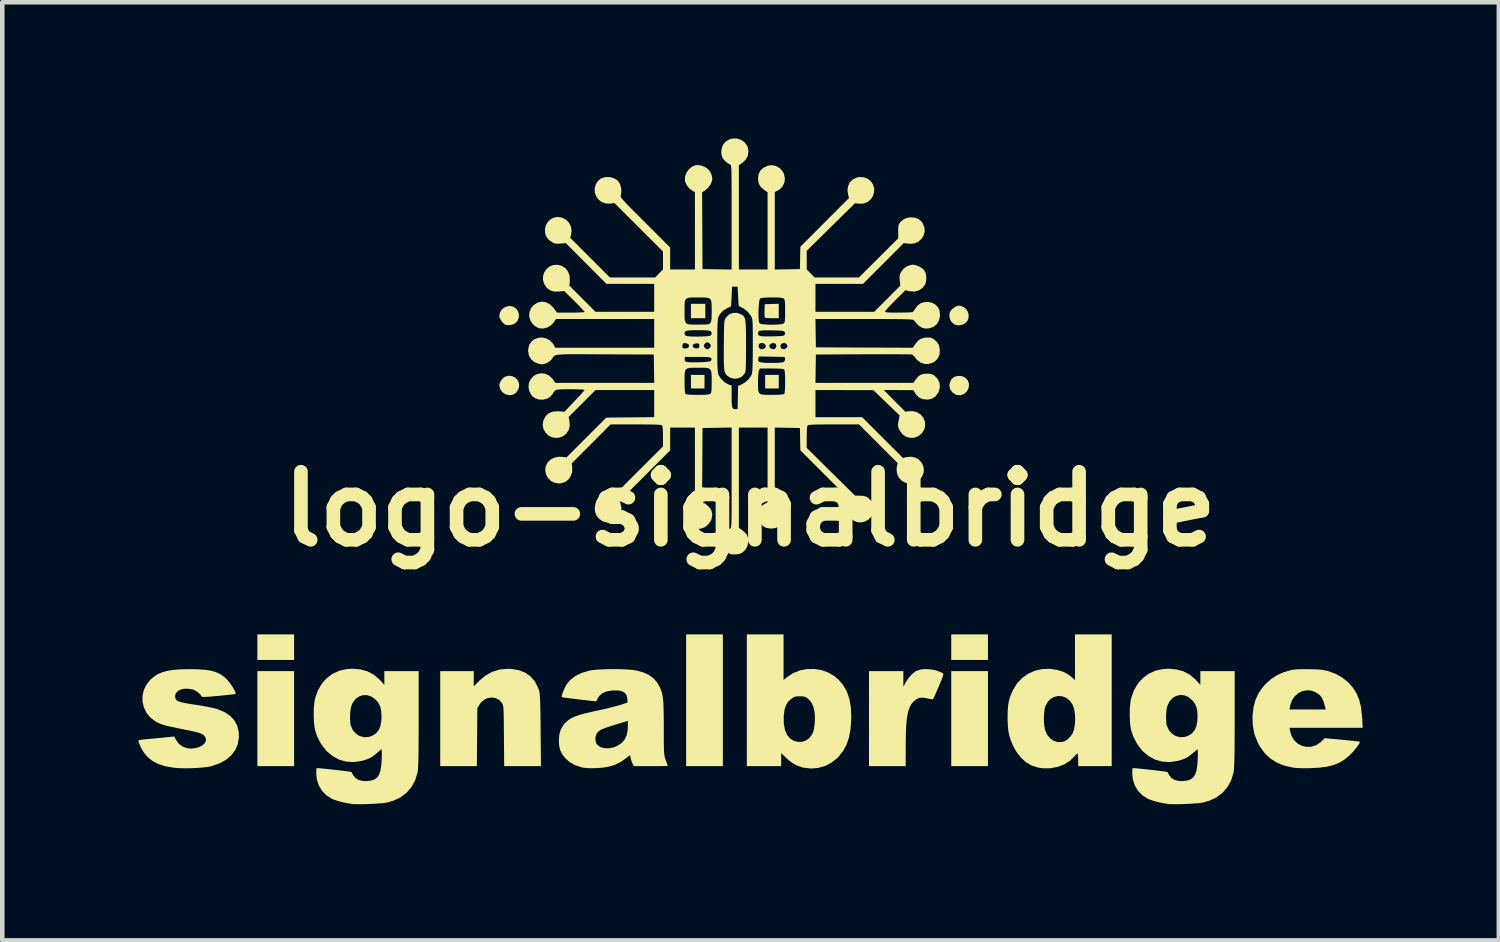
<source format=kicad_pcb>
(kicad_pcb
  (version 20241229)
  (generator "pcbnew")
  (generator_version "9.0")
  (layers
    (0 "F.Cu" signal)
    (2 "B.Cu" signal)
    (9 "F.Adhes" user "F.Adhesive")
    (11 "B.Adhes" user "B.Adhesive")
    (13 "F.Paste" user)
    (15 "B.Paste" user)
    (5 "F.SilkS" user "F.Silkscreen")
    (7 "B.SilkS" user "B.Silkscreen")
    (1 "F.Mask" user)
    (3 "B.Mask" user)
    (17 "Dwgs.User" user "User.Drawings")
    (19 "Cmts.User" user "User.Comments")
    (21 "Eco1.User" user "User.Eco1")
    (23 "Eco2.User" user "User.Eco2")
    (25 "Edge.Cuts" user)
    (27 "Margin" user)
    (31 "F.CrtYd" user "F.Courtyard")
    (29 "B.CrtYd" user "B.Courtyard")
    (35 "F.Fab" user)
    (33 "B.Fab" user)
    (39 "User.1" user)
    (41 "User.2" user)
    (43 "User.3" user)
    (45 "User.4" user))
  (footprint "logo-signalbridge"
    (layer "F.Cu")
    (at 13.473 8.164)
    (property "Reference" "logo-signalbridge" (at 0 0 0) (layer "F.SilkS") (effects (font (size 1.5 1.5) (thickness 0.3))))
    (attr board_only exclude_from_pos_files exclude_from_bom)
    (fp_poly (pts (xy -10.044 3.043) (xy -10.044 3.325) (xy -10.448 3.325) (xy -10.853 3.325) (xy -10.853 3.043) (xy -10.853 2.762) (xy -10.448 2.762) (xy -10.044 2.762)) (stroke (width 0) (type solid)) (fill yes) (layer "F.SilkS"))
    (fp_poly (pts (xy -10.044 4.617) (xy -10.044 5.664) (xy -10.448 5.664) (xy -10.853 5.664) (xy -10.853 4.617) (xy -10.853 3.571) (xy -10.448 3.571) (xy -10.044 3.571)) (stroke (width 0) (type solid)) (fill yes) (layer "F.SilkS"))
    (fp_poly (pts (xy -1.003 -2.806) (xy -1.003 -2.656) (xy -1.152 -2.656) (xy -1.302 -2.656) (xy -1.302 -2.806) (xy -1.302 -2.955) (xy -1.152 -2.955) (xy -1.003 -2.955)) (stroke (width 0) (type solid)) (fill yes) (layer "F.SilkS"))
    (fp_poly (pts (xy -0.985 -4.362) (xy -0.985 -4.204) (xy -1.143 -4.204) (xy -1.302 -4.204) (xy -1.302 -4.362) (xy -1.302 -4.521) (xy -1.143 -4.521) (xy -0.985 -4.521)) (stroke (width 0) (type solid)) (fill yes) (layer "F.SilkS"))
    (fp_poly (pts (xy -0.598 4.213) (xy -0.598 5.664) (xy -1.003 5.664) (xy -1.407 5.664) (xy -1.407 4.213) (xy -1.407 2.762) (xy -1.003 2.762) (xy -0.598 2.762)) (stroke (width 0) (type solid)) (fill yes) (layer "F.SilkS"))
    (fp_poly (pts (xy 0.633 -2.806) (xy 0.633 -2.656) (xy 0.484 -2.656) (xy 0.334 -2.656) (xy 0.334 -2.806) (xy 0.334 -2.955) (xy 0.484 -2.955) (xy 0.633 -2.955)) (stroke (width 0) (type solid)) (fill yes) (layer "F.SilkS"))
    (fp_poly (pts (xy 5.242 3.043) (xy 5.242 3.325) (xy 4.837 3.325) (xy 4.433 3.325) (xy 4.433 3.043) (xy 4.433 2.762) (xy 4.837 2.762) (xy 5.242 2.762)) (stroke (width 0) (type solid)) (fill yes) (layer "F.SilkS"))
    (fp_poly (pts (xy 5.242 4.617) (xy 5.242 5.664) (xy 4.837 5.664) (xy 4.433 5.664) (xy 4.433 4.617) (xy 4.433 3.571) (xy 4.837 3.571) (xy 5.242 3.571)) (stroke (width 0) (type solid)) (fill yes) (layer "F.SilkS"))
    (fp_poly (pts (xy 0.633 -4.363) (xy 0.633 -4.204) (xy 0.483 -4.204) (xy 0.403 -4.206) (xy 0.352 -4.212) (xy 0.328 -4.222) (xy 0.324 -4.228) (xy 0.32 -4.256) (xy 0.319 -4.309) (xy 0.32 -4.375) (xy 0.32 -4.382) (xy 0.325 -4.512) (xy 0.479 -4.517) (xy 0.633 -4.522)) (stroke (width 0) (type solid)) (fill yes) (layer "F.SilkS"))
    (fp_poly (pts (xy 4.667 -2.928) (xy 4.741 -2.896) (xy 4.794 -2.84) (xy 4.822 -2.764) (xy 4.824 -2.726) (xy 4.809 -2.647) (xy 4.768 -2.581) (xy 4.709 -2.533) (xy 4.638 -2.508) (xy 4.562 -2.511) (xy 4.529 -2.522) (xy 4.456 -2.572) (xy 4.409 -2.639) (xy 4.392 -2.718) (xy 4.402 -2.787) (xy 4.44 -2.863) (xy 4.501 -2.912) (xy 4.578 -2.933)) (stroke (width 0) (type solid)) (fill yes) (layer "F.SilkS"))
    (fp_poly (pts (xy -5.216 -4.458) (xy -5.155 -4.417) (xy -5.112 -4.358) (xy -5.091 -4.288) (xy -5.094 -4.214) (xy -5.124 -4.143) (xy -5.151 -4.111) (xy -5.213 -4.07) (xy -5.287 -4.05) (xy -5.362 -4.054) (xy -5.4 -4.067) (xy -5.446 -4.104) (xy -5.488 -4.159) (xy -5.516 -4.216) (xy -5.523 -4.252) (xy -5.507 -4.333) (xy -5.463 -4.401) (xy -5.397 -4.449) (xy -5.316 -4.472) (xy -5.294 -4.473)) (stroke (width 0) (type solid)) (fill yes) (layer "F.SilkS"))
    (fp_poly (pts (xy -5.243 -2.929) (xy -5.172 -2.895) (xy -5.119 -2.838) (xy -5.11 -2.821) (xy -5.087 -2.753) (xy -5.089 -2.688) (xy -5.108 -2.631) (xy -5.154 -2.563) (xy -5.218 -2.521) (xy -5.296 -2.508) (xy -5.379 -2.525) (xy -5.393 -2.531) (xy -5.459 -2.579) (xy -5.505 -2.648) (xy -5.523 -2.726) (xy -5.523 -2.731) (xy -5.51 -2.783) (xy -5.477 -2.841) (xy -5.433 -2.891) (xy -5.4 -2.915) (xy -5.322 -2.937)) (stroke (width 0) (type solid)) (fill yes) (layer "F.SilkS"))
    (fp_poly (pts (xy 4.661 -4.469) (xy 4.668 -4.466) (xy 4.742 -4.424) (xy 4.792 -4.36) (xy 4.817 -4.283) (xy 4.812 -4.201) (xy 4.793 -4.151) (xy 4.746 -4.095) (xy 4.678 -4.059) (xy 4.601 -4.046) (xy 4.524 -4.059) (xy 4.505 -4.068) (xy 4.443 -4.117) (xy 4.404 -4.184) (xy 4.39 -4.26) (xy 4.403 -4.335) (xy 4.425 -4.375) (xy 4.465 -4.415) (xy 4.518 -4.452) (xy 4.529 -4.458) (xy 4.577 -4.478) (xy 4.614 -4.481)) (stroke (width 0) (type solid)) (fill yes) (layer "F.SilkS"))
    (fp_poly (pts (xy 3.967 3.531) (xy 4.081 3.551) (xy 4.186 3.586) (xy 4.253 3.621) (xy 4.258 3.634) (xy 4.254 3.664) (xy 4.238 3.714) (xy 4.209 3.788) (xy 4.167 3.889) (xy 4.16 3.906) (xy 4.12 3.997) (xy 4.085 4.076) (xy 4.057 4.139) (xy 4.038 4.178) (xy 4.031 4.189) (xy 4.009 4.191) (xy 3.964 4.185) (xy 3.914 4.173) (xy 3.813 4.155) (xy 3.731 4.16) (xy 3.66 4.192) (xy 3.596 4.247) (xy 3.554 4.298) (xy 3.52 4.36) (xy 3.492 4.435) (xy 3.47 4.527) (xy 3.453 4.639) (xy 3.441 4.775) (xy 3.434 4.937) (xy 3.431 5.13) (xy 3.43 5.246) (xy 3.43 5.664) (xy 3.025 5.664) (xy 2.621 5.664) (xy 2.621 4.617) (xy 2.621 3.571) (xy 2.999 3.571) (xy 3.377 3.571) (xy 3.378 3.742) (xy 3.379 3.914) (xy 3.421 3.835) (xy 3.482 3.737) (xy 3.557 3.65) (xy 3.635 3.584) (xy 3.665 3.566) (xy 3.749 3.538) (xy 3.852 3.526)) (stroke (width 0) (type solid)) (fill yes) (layer "F.SilkS"))
    (fp_poly (pts (xy -0.216 -4.298) (xy -0.183 -4.281) (xy -0.156 -4.264) (xy -0.134 -4.242) (xy -0.118 -4.211) (xy -0.106 -4.169) (xy -0.098 -4.111) (xy -0.093 -4.034) (xy -0.09 -3.934) (xy -0.088 -3.807) (xy -0.088 -3.65) (xy -0.088 -3.597) (xy -0.088 -3.44) (xy -0.089 -3.315) (xy -0.09 -3.217) (xy -0.092 -3.142) (xy -0.095 -3.086) (xy -0.099 -3.046) (xy -0.105 -3.018) (xy -0.112 -2.997) (xy -0.121 -2.98) (xy -0.177 -2.919) (xy -0.252 -2.882) (xy -0.335 -2.87) (xy -0.417 -2.885) (xy -0.459 -2.907) (xy -0.492 -2.93) (xy -0.518 -2.953) (xy -0.538 -2.98) (xy -0.554 -3.014) (xy -0.565 -3.061) (xy -0.572 -3.123) (xy -0.576 -3.205) (xy -0.578 -3.31) (xy -0.578 -3.442) (xy -0.577 -3.605) (xy -0.577 -3.615) (xy -0.575 -3.767) (xy -0.574 -3.889) (xy -0.572 -3.984) (xy -0.57 -4.055) (xy -0.566 -4.108) (xy -0.562 -4.145) (xy -0.555 -4.172) (xy -0.547 -4.191) (xy -0.537 -4.208) (xy -0.529 -4.219) (xy -0.464 -4.284) (xy -0.383 -4.319) (xy -0.295 -4.322)) (stroke (width 0) (type solid)) (fill yes) (layer "F.SilkS"))
    (fp_poly (pts (xy -5.252 3.523) (xy -5.092 3.55) (xy -4.953 3.604) (xy -4.837 3.686) (xy -4.743 3.795) (xy -4.672 3.93) (xy -4.647 4.002) (xy -4.64 4.029) (xy -4.634 4.067) (xy -4.63 4.118) (xy -4.626 4.185) (xy -4.622 4.271) (xy -4.62 4.38) (xy -4.617 4.515) (xy -4.615 4.678) (xy -4.613 4.874) (xy -4.613 4.877) (xy -4.606 5.664) (xy -5.011 5.664) (xy -5.416 5.664) (xy -5.421 5) (xy -5.423 4.83) (xy -5.424 4.691) (xy -5.426 4.58) (xy -5.428 4.493) (xy -5.43 4.427) (xy -5.434 4.378) (xy -5.438 4.343) (xy -5.444 4.317) (xy -5.452 4.298) (xy -5.461 4.28) (xy -5.466 4.272) (xy -5.526 4.206) (xy -5.602 4.166) (xy -5.686 4.152) (xy -5.773 4.163) (xy -5.855 4.2) (xy -5.926 4.261) (xy -5.959 4.307) (xy -6.007 4.389) (xy -6.012 5.026) (xy -6.018 5.664) (xy -6.421 5.664) (xy -6.825 5.664) (xy -6.825 4.617) (xy -6.825 3.571) (xy -6.456 3.571) (xy -6.086 3.571) (xy -6.086 3.738) (xy -6.086 3.906) (xy -5.964 3.784) (xy -5.827 3.669) (xy -5.679 3.586) (xy -5.519 3.537) (xy -5.345 3.52)) (stroke (width 0) (type solid)) (fill yes) (layer "F.SilkS"))
    (fp_poly (pts (xy 0.739 3.264) (xy 0.739 3.767) (xy 0.815 3.704) (xy 0.95 3.615) (xy 1.099 3.555) (xy 1.257 3.525) (xy 1.418 3.523) (xy 1.576 3.549) (xy 1.728 3.604) (xy 1.866 3.687) (xy 1.954 3.763) (xy 2.055 3.884) (xy 2.133 4.021) (xy 2.187 4.177) (xy 2.22 4.355) (xy 2.231 4.557) (xy 2.229 4.661) (xy 2.212 4.864) (xy 2.178 5.04) (xy 2.125 5.193) (xy 2.051 5.329) (xy 1.954 5.452) (xy 1.927 5.481) (xy 1.799 5.585) (xy 1.656 5.66) (xy 1.5 5.704) (xy 1.339 5.717) (xy 1.176 5.697) (xy 1.148 5.69) (xy 1.037 5.652) (xy 0.939 5.6) (xy 0.844 5.527) (xy 0.796 5.483) (xy 0.686 5.377) (xy 0.686 5.52) (xy 0.686 5.664) (xy 0.308 5.664) (xy -0.07 5.664) (xy -0.07 4.574) (xy 0.743 4.574) (xy 0.745 4.734) (xy 0.77 4.868) (xy 0.816 4.976) (xy 0.884 5.056) (xy 0.957 5.103) (xy 1.057 5.132) (xy 1.155 5.126) (xy 1.224 5.103) (xy 1.306 5.047) (xy 1.368 4.963) (xy 1.39 4.914) (xy 1.409 4.845) (xy 1.422 4.753) (xy 1.429 4.651) (xy 1.429 4.551) (xy 1.424 4.485) (xy 1.397 4.359) (xy 1.352 4.261) (xy 1.287 4.186) (xy 1.272 4.174) (xy 1.229 4.145) (xy 1.185 4.13) (xy 1.127 4.125) (xy 1.098 4.125) (xy 1.029 4.128) (xy 0.98 4.139) (xy 0.933 4.164) (xy 0.913 4.178) (xy 0.843 4.24) (xy 0.794 4.318) (xy 0.761 4.416) (xy 0.745 4.54) (xy 0.743 4.574) (xy -0.07 4.574) (xy -0.07 4.213) (xy -0.07 2.762) (xy 0.334 2.762) (xy 0.739 2.762)) (stroke (width 0) (type solid)) (fill yes) (layer "F.SilkS"))
    (fp_poly (pts (xy 7.968 4.213) (xy 7.968 5.664) (xy 7.599 5.664) (xy 7.23 5.664) (xy 7.23 5.523) (xy 7.228 5.458) (xy 7.223 5.409) (xy 7.217 5.384) (xy 7.215 5.383) (xy 7.196 5.395) (xy 7.165 5.427) (xy 7.145 5.451) (xy 7.044 5.55) (xy 6.919 5.627) (xy 6.777 5.681) (xy 6.622 5.71) (xy 6.461 5.712) (xy 6.35 5.697) (xy 6.207 5.652) (xy 6.076 5.575) (xy 5.959 5.468) (xy 5.859 5.334) (xy 5.806 5.236) (xy 5.755 5.121) (xy 5.719 5.016) (xy 5.695 4.91) (xy 5.681 4.794) (xy 5.675 4.657) (xy 5.674 4.591) (xy 5.675 4.585) (xy 6.474 4.585) (xy 6.476 4.692) (xy 6.485 4.791) (xy 6.5 4.869) (xy 6.5 4.869) (xy 6.545 4.972) (xy 6.611 5.052) (xy 6.691 5.107) (xy 6.782 5.135) (xy 6.878 5.131) (xy 6.925 5.118) (xy 6.996 5.076) (xy 7.062 5.009) (xy 7.109 4.937) (xy 7.139 4.853) (xy 7.157 4.746) (xy 7.163 4.629) (xy 7.157 4.511) (xy 7.14 4.403) (xy 7.11 4.318) (xy 7.109 4.315) (xy 7.046 4.223) (xy 6.968 4.161) (xy 6.882 4.126) (xy 6.793 4.118) (xy 6.705 4.137) (xy 6.625 4.181) (xy 6.558 4.25) (xy 6.508 4.343) (xy 6.492 4.398) (xy 6.48 4.482) (xy 6.474 4.585) (xy 5.675 4.585) (xy 5.677 4.447) (xy 5.686 4.329) (xy 5.704 4.226) (xy 5.732 4.13) (xy 5.773 4.031) (xy 5.796 3.982) (xy 5.884 3.84) (xy 5.996 3.721) (xy 6.127 3.629) (xy 6.275 3.563) (xy 6.435 3.526) (xy 6.604 3.52) (xy 6.768 3.545) (xy 6.901 3.586) (xy 7.012 3.645) (xy 7.09 3.706) (xy 7.159 3.768) (xy 7.159 3.265) (xy 7.159 2.762) (xy 7.564 2.762) (xy 7.968 2.762)) (stroke (width 0) (type solid)) (fill yes) (layer "F.SilkS"))
    (fp_poly (pts (xy 12.287 3.529) (xy 12.408 3.531) (xy 12.502 3.534) (xy 12.578 3.54) (xy 12.641 3.549) (xy 12.702 3.562) (xy 12.723 3.568) (xy 12.891 3.626) (xy 13.036 3.704) (xy 13.165 3.807) (xy 13.193 3.834) (xy 13.29 3.946) (xy 13.365 4.068) (xy 13.421 4.204) (xy 13.459 4.36) (xy 13.481 4.542) (xy 13.486 4.613) (xy 13.497 4.82) (xy 12.692 4.82) (xy 11.886 4.82) (xy 11.898 4.892) (xy 11.932 5.005) (xy 11.99 5.098) (xy 12.068 5.169) (xy 12.16 5.217) (xy 12.261 5.24) (xy 12.366 5.236) (xy 12.47 5.204) (xy 12.566 5.141) (xy 12.592 5.117) (xy 12.661 5.048) (xy 13.044 5.083) (xy 13.156 5.094) (xy 13.256 5.104) (xy 13.339 5.113) (xy 13.399 5.12) (xy 13.431 5.126) (xy 13.436 5.127) (xy 13.433 5.147) (xy 13.41 5.187) (xy 13.372 5.24) (xy 13.324 5.3) (xy 13.271 5.362) (xy 13.216 5.419) (xy 13.2 5.434) (xy 13.095 5.52) (xy 12.983 5.588) (xy 12.857 5.639) (xy 12.714 5.675) (xy 12.547 5.698) (xy 12.352 5.708) (xy 12.339 5.709) (xy 12.236 5.71) (xy 12.136 5.709) (xy 12.049 5.705) (xy 11.984 5.7) (xy 11.97 5.698) (xy 11.776 5.655) (xy 11.607 5.587) (xy 11.461 5.495) (xy 11.336 5.376) (xy 11.231 5.229) (xy 11.186 5.145) (xy 11.114 4.963) (xy 11.076 4.769) (xy 11.07 4.563) (xy 11.071 4.547) (xy 11.087 4.415) (xy 11.886 4.415) (xy 12.285 4.415) (xy 12.683 4.415) (xy 12.672 4.367) (xy 12.638 4.246) (xy 12.597 4.156) (xy 12.554 4.102) (xy 12.463 4.036) (xy 12.365 4) (xy 12.263 3.993) (xy 12.165 4.013) (xy 12.074 4.059) (xy 11.997 4.128) (xy 11.937 4.218) (xy 11.901 4.328) (xy 11.898 4.343) (xy 11.886 4.415) (xy 11.087 4.415) (xy 11.094 4.359) (xy 11.139 4.195) (xy 11.208 4.049) (xy 11.303 3.916) (xy 11.37 3.843) (xy 11.49 3.738) (xy 11.616 3.658) (xy 11.76 3.595) (xy 11.848 3.568) (xy 11.905 3.552) (xy 11.958 3.541) (xy 12.016 3.534) (xy 12.085 3.53) (xy 12.175 3.529)) (stroke (width 0) (type solid)) (fill yes) (layer "F.SilkS"))
    (fp_poly (pts (xy -12.166 3.531) (xy -12.015 3.541) (xy -11.888 3.559) (xy -11.782 3.587) (xy -11.691 3.626) (xy -11.611 3.677) (xy -11.537 3.742) (xy -11.504 3.777) (xy -11.462 3.828) (xy -11.42 3.888) (xy -11.381 3.95) (xy -11.351 4.006) (xy -11.333 4.05) (xy -11.332 4.073) (xy -11.332 4.073) (xy -11.351 4.077) (xy -11.4 4.084) (xy -11.474 4.093) (xy -11.567 4.102) (xy -11.673 4.113) (xy -11.708 4.116) (xy -11.836 4.128) (xy -11.933 4.135) (xy -12.003 4.139) (xy -12.048 4.139) (xy -12.074 4.136) (xy -12.083 4.129) (xy -12.109 4.088) (xy -12.156 4.044) (xy -12.212 4.004) (xy -12.266 3.978) (xy -12.27 3.977) (xy -12.374 3.958) (xy -12.47 3.96) (xy -12.552 3.98) (xy -12.615 4.017) (xy -12.654 4.069) (xy -12.665 4.121) (xy -12.662 4.159) (xy -12.652 4.189) (xy -12.631 4.214) (xy -12.594 4.236) (xy -12.539 4.254) (xy -12.461 4.272) (xy -12.356 4.291) (xy -12.222 4.312) (xy -12.173 4.319) (xy -12.061 4.337) (xy -11.95 4.357) (xy -11.85 4.378) (xy -11.77 4.397) (xy -11.733 4.408) (xy -11.578 4.473) (xy -11.454 4.556) (xy -11.36 4.656) (xy -11.297 4.774) (xy -11.264 4.908) (xy -11.26 5.027) (xy -11.283 5.173) (xy -11.338 5.305) (xy -11.422 5.42) (xy -11.536 5.519) (xy -11.678 5.599) (xy -11.847 5.66) (xy -11.868 5.666) (xy -11.952 5.682) (xy -12.061 5.695) (xy -12.189 5.704) (xy -12.324 5.71) (xy -12.459 5.711) (xy -12.584 5.708) (xy -12.691 5.699) (xy -12.7 5.698) (xy -12.882 5.666) (xy -13.036 5.617) (xy -13.165 5.55) (xy -13.272 5.462) (xy -13.351 5.369) (xy -13.385 5.315) (xy -13.418 5.253) (xy -13.446 5.191) (xy -13.466 5.138) (xy -13.473 5.101) (xy -13.47 5.092) (xy -13.451 5.088) (xy -13.403 5.082) (xy -13.332 5.074) (xy -13.243 5.065) (xy -13.165 5.058) (xy -13.059 5.048) (xy -12.957 5.039) (xy -12.869 5.03) (xy -12.803 5.024) (xy -12.776 5.021) (xy -12.684 5.011) (xy -12.65 5.078) (xy -12.584 5.171) (xy -12.498 5.235) (xy -12.394 5.271) (xy -12.318 5.277) (xy -12.218 5.268) (xy -12.131 5.242) (xy -12.06 5.204) (xy -12.011 5.157) (xy -11.986 5.103) (xy -11.991 5.047) (xy -12.005 5.02) (xy -12.025 4.993) (xy -12.051 4.97) (xy -12.087 4.95) (xy -12.137 4.931) (xy -12.206 4.912) (xy -12.299 4.891) (xy -12.421 4.866) (xy -12.463 4.857) (xy -12.615 4.827) (xy -12.737 4.801) (xy -12.834 4.779) (xy -12.911 4.758) (xy -12.974 4.738) (xy -13.026 4.716) (xy -13.073 4.693) (xy -13.105 4.674) (xy -13.215 4.59) (xy -13.298 4.486) (xy -13.354 4.369) (xy -13.383 4.244) (xy -13.383 4.115) (xy -13.355 3.988) (xy -13.297 3.868) (xy -13.217 3.768) (xy -13.136 3.697) (xy -13.05 3.64) (xy -12.952 3.597) (xy -12.84 3.565) (xy -12.707 3.544) (xy -12.549 3.532) (xy -12.362 3.528) (xy -12.348 3.528)) (stroke (width 0) (type solid)) (fill yes) (layer "F.SilkS"))
    (fp_poly (pts (xy -8.587 3.532) (xy -8.432 3.574) (xy -8.294 3.646) (xy -8.171 3.748) (xy -8.152 3.768) (xy -8.056 3.872) (xy -8.056 3.721) (xy -8.056 3.571) (xy -7.678 3.571) (xy -7.3 3.571) (xy -7.3 4.631) (xy -7.3 4.863) (xy -7.301 5.062) (xy -7.302 5.232) (xy -7.303 5.374) (xy -7.305 5.492) (xy -7.308 5.588) (xy -7.311 5.664) (xy -7.315 5.724) (xy -7.319 5.769) (xy -7.324 5.803) (xy -7.325 5.808) (xy -7.377 5.976) (xy -7.457 6.123) (xy -7.562 6.247) (xy -7.693 6.347) (xy -7.848 6.422) (xy -7.995 6.465) (xy -8.055 6.475) (xy -8.142 6.483) (xy -8.247 6.491) (xy -8.361 6.497) (xy -8.477 6.501) (xy -8.586 6.503) (xy -8.68 6.502) (xy -8.749 6.499) (xy -8.76 6.498) (xy -8.893 6.477) (xy -9.021 6.448) (xy -9.134 6.414) (xy -9.211 6.384) (xy -9.333 6.307) (xy -9.43 6.207) (xy -9.502 6.086) (xy -9.544 5.949) (xy -9.556 5.837) (xy -9.555 5.776) (xy -9.553 5.73) (xy -9.549 5.709) (xy -9.549 5.709) (xy -9.53 5.708) (xy -9.482 5.711) (xy -9.412 5.718) (xy -9.326 5.726) (xy -9.229 5.737) (xy -9.129 5.748) (xy -9.03 5.759) (xy -8.94 5.77) (xy -8.865 5.78) (xy -8.811 5.788) (xy -8.784 5.794) (xy -8.782 5.794) (xy -8.77 5.814) (xy -8.75 5.852) (xy -8.745 5.86) (xy -8.693 5.926) (xy -8.616 5.971) (xy -8.518 5.992) (xy -8.44 5.993) (xy -8.344 5.981) (xy -8.268 5.955) (xy -8.211 5.911) (xy -8.169 5.847) (xy -8.141 5.759) (xy -8.123 5.642) (xy -8.115 5.526) (xy -8.112 5.441) (xy -8.111 5.369) (xy -8.113 5.319) (xy -8.116 5.295) (xy -8.118 5.295) (xy -8.137 5.306) (xy -8.173 5.335) (xy -8.215 5.372) (xy -8.314 5.452) (xy -8.42 5.508) (xy -8.546 5.548) (xy -8.553 5.549) (xy -8.726 5.574) (xy -8.891 5.565) (xy -9.046 5.523) (xy -9.189 5.448) (xy -9.319 5.34) (xy -9.34 5.319) (xy -9.452 5.173) (xy -9.537 5.007) (xy -9.581 4.872) (xy -9.597 4.782) (xy -9.608 4.668) (xy -9.609 4.627) (xy -8.811 4.627) (xy -8.805 4.718) (xy -8.795 4.769) (xy -8.751 4.869) (xy -8.684 4.947) (xy -8.601 5.001) (xy -8.506 5.027) (xy -8.405 5.022) (xy -8.328 4.998) (xy -8.243 4.945) (xy -8.181 4.872) (xy -8.141 4.776) (xy -8.121 4.654) (xy -8.118 4.573) (xy -8.125 4.448) (xy -8.148 4.348) (xy -8.19 4.265) (xy -8.254 4.192) (xy -8.258 4.189) (xy -8.346 4.129) (xy -8.439 4.1) (xy -8.532 4.102) (xy -8.619 4.132) (xy -8.696 4.189) (xy -8.756 4.272) (xy -8.784 4.344) (xy -8.801 4.425) (xy -8.81 4.524) (xy -8.811 4.627) (xy -9.609 4.627) (xy -9.612 4.541) (xy -9.61 4.413) (xy -9.602 4.294) (xy -9.587 4.195) (xy -9.581 4.169) (xy -9.52 3.997) (xy -9.434 3.849) (xy -9.326 3.727) (xy -9.197 3.631) (xy -9.049 3.563) (xy -8.885 3.526) (xy -8.762 3.518)) (stroke (width 0) (type solid)) (fill yes) (layer "F.SilkS"))
    (fp_poly (pts (xy 9.39 3.532) (xy 9.545 3.574) (xy 9.683 3.646) (xy 9.806 3.748) (xy 9.825 3.768) (xy 9.921 3.872) (xy 9.921 3.721) (xy 9.921 3.571) (xy 10.299 3.571) (xy 10.677 3.571) (xy 10.677 4.631) (xy 10.677 4.863) (xy 10.676 5.062) (xy 10.675 5.232) (xy 10.674 5.374) (xy 10.672 5.492) (xy 10.669 5.588) (xy 10.666 5.664) (xy 10.662 5.724) (xy 10.658 5.769) (xy 10.653 5.803) (xy 10.652 5.808) (xy 10.6 5.976) (xy 10.52 6.123) (xy 10.415 6.247) (xy 10.284 6.347) (xy 10.129 6.422) (xy 9.982 6.465) (xy 9.922 6.475) (xy 9.836 6.483) (xy 9.73 6.491) (xy 9.616 6.497) (xy 9.5 6.501) (xy 9.391 6.503) (xy 9.297 6.502) (xy 9.228 6.499) (xy 9.217 6.498) (xy 9.084 6.477) (xy 8.956 6.448) (xy 8.843 6.414) (xy 8.766 6.384) (xy 8.644 6.307) (xy 8.547 6.207) (xy 8.475 6.086) (xy 8.433 5.949) (xy 8.421 5.837) (xy 8.422 5.776) (xy 8.424 5.73) (xy 8.428 5.709) (xy 8.428 5.709) (xy 8.447 5.708) (xy 8.495 5.711) (xy 8.565 5.718) (xy 8.651 5.726) (xy 8.748 5.737) (xy 8.848 5.748) (xy 8.947 5.759) (xy 9.037 5.77) (xy 9.112 5.78) (xy 9.166 5.788) (xy 9.193 5.794) (xy 9.195 5.794) (xy 9.207 5.814) (xy 9.227 5.852) (xy 9.232 5.86) (xy 9.284 5.926) (xy 9.361 5.971) (xy 9.459 5.992) (xy 9.537 5.993) (xy 9.633 5.981) (xy 9.709 5.955) (xy 9.766 5.911) (xy 9.808 5.847) (xy 9.836 5.759) (xy 9.854 5.642) (xy 9.862 5.526) (xy 9.865 5.441) (xy 9.866 5.369) (xy 9.864 5.319) (xy 9.861 5.295) (xy 9.859 5.295) (xy 9.84 5.306) (xy 9.804 5.335) (xy 9.762 5.372) (xy 9.663 5.452) (xy 9.557 5.508) (xy 9.431 5.548) (xy 9.424 5.549) (xy 9.251 5.574) (xy 9.086 5.565) (xy 8.931 5.523) (xy 8.788 5.448) (xy 8.658 5.34) (xy 8.637 5.319) (xy 8.525 5.173) (xy 8.441 5.007) (xy 8.396 4.872) (xy 8.38 4.782) (xy 8.369 4.668) (xy 8.368 4.625) (xy 9.166 4.625) (xy 9.172 4.716) (xy 9.182 4.769) (xy 9.226 4.869) (xy 9.293 4.947) (xy 9.376 5.001) (xy 9.471 5.027) (xy 9.572 5.022) (xy 9.649 4.998) (xy 9.734 4.945) (xy 9.796 4.872) (xy 9.836 4.776) (xy 9.856 4.654) (xy 9.859 4.573) (xy 9.854 4.458) (xy 9.836 4.368) (xy 9.804 4.293) (xy 9.753 4.224) (xy 9.747 4.217) (xy 9.663 4.145) (xy 9.571 4.105) (xy 9.478 4.096) (xy 9.389 4.116) (xy 9.308 4.164) (xy 9.241 4.239) (xy 9.194 4.34) (xy 9.191 4.349) (xy 9.175 4.427) (xy 9.167 4.524) (xy 9.166 4.625) (xy 8.368 4.625) (xy 8.365 4.541) (xy 8.367 4.413) (xy 8.375 4.294) (xy 8.39 4.195) (xy 8.396 4.169) (xy 8.457 3.997) (xy 8.543 3.849) (xy 8.651 3.727) (xy 8.78 3.631) (xy 8.928 3.563) (xy 9.092 3.526) (xy 9.215 3.518)) (stroke (width 0) (type solid)) (fill yes) (layer "F.SilkS"))
    (fp_poly (pts (xy -2.817 3.53) (xy -2.691 3.536) (xy -2.584 3.545) (xy -2.504 3.558) (xy -2.501 3.558) (xy -2.348 3.601) (xy -2.225 3.657) (xy -2.126 3.729) (xy -2.047 3.82) (xy -2.007 3.886) (xy -1.98 3.94) (xy -1.958 3.992) (xy -1.941 4.047) (xy -1.927 4.109) (xy -1.917 4.183) (xy -1.909 4.272) (xy -1.905 4.381) (xy -1.902 4.514) (xy -1.9 4.674) (xy -1.9 4.82) (xy -1.899 4.979) (xy -1.899 5.108) (xy -1.898 5.21) (xy -1.896 5.29) (xy -1.893 5.352) (xy -1.889 5.399) (xy -1.883 5.438) (xy -1.876 5.47) (xy -1.866 5.502) (xy -1.855 5.532) (xy -1.834 5.592) (xy -1.819 5.637) (xy -1.812 5.659) (xy -1.812 5.66) (xy -1.829 5.661) (xy -1.875 5.662) (xy -1.947 5.663) (xy -2.039 5.664) (xy -2.145 5.664) (xy -2.187 5.664) (xy -2.562 5.664) (xy -2.59 5.604) (xy -2.614 5.544) (xy -2.63 5.483) (xy -2.63 5.482) (xy -2.642 5.42) (xy -2.732 5.49) (xy -2.848 5.572) (xy -2.967 5.632) (xy -3.098 5.673) (xy -3.247 5.698) (xy -3.395 5.708) (xy -3.54 5.71) (xy -3.655 5.701) (xy -3.704 5.692) (xy -3.856 5.642) (xy -3.983 5.568) (xy -4.061 5.497) (xy -4.134 5.407) (xy -4.18 5.318) (xy -4.204 5.219) (xy -4.211 5.101) (xy -4.21 5.089) (xy -3.406 5.089) (xy -3.388 5.158) (xy -3.366 5.192) (xy -3.3 5.242) (xy -3.213 5.268) (xy -3.114 5.272) (xy -3.009 5.252) (xy -2.926 5.218) (xy -2.83 5.156) (xy -2.761 5.078) (xy -2.716 4.981) (xy -2.694 4.86) (xy -2.691 4.779) (xy -2.691 4.666) (xy -2.96 4.748) (xy -3.083 4.787) (xy -3.178 4.819) (xy -3.249 4.847) (xy -3.3 4.872) (xy -3.336 4.897) (xy -3.363 4.925) (xy -3.379 4.948) (xy -3.403 5.014) (xy -3.406 5.089) (xy -4.21 5.089) (xy -4.201 4.969) (xy -4.17 4.859) (xy -4.114 4.764) (xy -4.067 4.708) (xy -4.021 4.665) (xy -3.97 4.627) (xy -3.911 4.594) (xy -3.838 4.563) (xy -3.748 4.533) (xy -3.636 4.502) (xy -3.498 4.47) (xy -3.33 4.433) (xy -3.329 4.433) (xy -3.212 4.407) (xy -3.097 4.38) (xy -2.99 4.353) (xy -2.902 4.329) (xy -2.845 4.312) (xy -2.7 4.263) (xy -2.701 4.191) (xy -2.715 4.112) (xy -2.752 4.054) (xy -2.816 4.016) (xy -2.906 3.998) (xy -3.026 3.997) (xy -3.039 3.998) (xy -3.16 4.018) (xy -3.254 4.058) (xy -3.322 4.119) (xy -3.349 4.16) (xy -3.371 4.203) (xy -3.385 4.23) (xy -3.387 4.235) (xy -3.405 4.235) (xy -3.45 4.231) (xy -3.519 4.224) (xy -3.604 4.214) (xy -3.699 4.203) (xy -3.798 4.191) (xy -3.896 4.179) (xy -3.985 4.168) (xy -4.061 4.158) (xy -4.116 4.15) (xy -4.144 4.145) (xy -4.147 4.144) (xy -4.148 4.122) (xy -4.136 4.077) (xy -4.115 4.018) (xy -4.088 3.955) (xy -4.059 3.895) (xy -4.042 3.865) (xy -3.958 3.763) (xy -3.847 3.678) (xy -3.707 3.61) (xy -3.536 3.559) (xy -3.535 3.559) (xy -3.458 3.547) (xy -3.354 3.537) (xy -3.23 3.531) (xy -3.094 3.527) (xy -2.954 3.527)) (stroke (width 0) (type solid)) (fill yes) (layer "F.SilkS"))
    (fp_poly (pts (xy -0.287 -8.161) (xy -0.202 -8.136) (xy -0.128 -8.088) (xy -0.071 -8.017) (xy -0.054 -7.98) (xy -0.034 -7.882) (xy -0.047 -7.787) (xy -0.092 -7.7) (xy -0.166 -7.628) (xy -0.181 -7.618) (xy -0.246 -7.575) (xy -0.246 -6.426) (xy -0.246 -5.277) (xy 0.07 -5.277) (xy 0.387 -5.277) (xy 0.387 -6.128) (xy 0.387 -6.979) (xy 0.316 -7.026) (xy 0.238 -7.093) (xy 0.191 -7.173) (xy 0.176 -7.267) (xy 0.176 -7.27) (xy 0.188 -7.374) (xy 0.226 -7.455) (xy 0.292 -7.517) (xy 0.388 -7.561) (xy 0.4 -7.565) (xy 0.492 -7.575) (xy 0.581 -7.554) (xy 0.661 -7.505) (xy 0.723 -7.432) (xy 0.747 -7.384) (xy 0.768 -7.289) (xy 0.758 -7.196) (xy 0.72 -7.111) (xy 0.656 -7.044) (xy 0.616 -7.019) (xy 0.545 -6.983) (xy 0.545 -6.129) (xy 0.545 -5.276) (xy 0.822 -5.281) (xy 1.099 -5.286) (xy 1.104 -5.532) (xy 1.109 -5.778) (xy 1.645 -6.315) (xy 2.181 -6.852) (xy 2.164 -6.913) (xy 2.147 -7.02) (xy 2.161 -7.118) (xy 2.202 -7.2) (xy 2.267 -7.264) (xy 2.354 -7.303) (xy 2.409 -7.313) (xy 2.51 -7.308) (xy 2.595 -7.275) (xy 2.663 -7.22) (xy 2.71 -7.148) (xy 2.735 -7.065) (xy 2.733 -6.976) (xy 2.703 -6.886) (xy 2.661 -6.824) (xy 2.587 -6.761) (xy 2.496 -6.729) (xy 2.401 -6.727) (xy 2.313 -6.737) (xy 1.781 -6.213) (xy 1.249 -5.689) (xy 1.249 -5.484) (xy 1.249 -5.279) (xy 1.336 -5.19) (xy 1.423 -5.101) (xy 1.911 -5.101) (xy 2.399 -5.101) (xy 2.833 -5.533) (xy 3.266 -5.965) (xy 3.265 -6.109) (xy 3.265 -6.186) (xy 3.27 -6.238) (xy 3.282 -6.275) (xy 3.302 -6.308) (xy 3.366 -6.371) (xy 3.446 -6.41) (xy 3.535 -6.426) (xy 3.625 -6.42) (xy 3.708 -6.39) (xy 3.775 -6.338) (xy 3.799 -6.306) (xy 3.841 -6.209) (xy 3.848 -6.113) (xy 3.822 -6.02) (xy 3.77 -5.944) (xy 3.699 -5.883) (xy 3.618 -5.85) (xy 3.521 -5.844) (xy 3.485 -5.847) (xy 3.386 -5.858) (xy 2.938 -5.409) (xy 2.489 -4.96) (xy 1.966 -4.96) (xy 1.442 -4.96) (xy 1.442 -4.653) (xy 1.442 -4.345) (xy 2.089 -4.345) (xy 2.736 -4.345) (xy 3.023 -4.632) (xy 3.31 -4.92) (xy 3.299 -5.033) (xy 3.294 -5.1) (xy 3.298 -5.149) (xy 3.313 -5.193) (xy 3.329 -5.223) (xy 3.385 -5.296) (xy 3.462 -5.35) (xy 3.55 -5.379) (xy 3.587 -5.383) (xy 3.66 -5.37) (xy 3.737 -5.337) (xy 3.806 -5.292) (xy 3.841 -5.255) (xy 3.87 -5.191) (xy 3.884 -5.11) (xy 3.881 -5.026) (xy 3.861 -4.953) (xy 3.856 -4.943) (xy 3.795 -4.866) (xy 3.714 -4.814) (xy 3.619 -4.79) (xy 3.517 -4.797) (xy 3.502 -4.8) (xy 3.423 -4.821) (xy 3.198 -4.596) (xy 3.126 -4.523) (xy 3.063 -4.458) (xy 3.014 -4.404) (xy 2.983 -4.366) (xy 2.973 -4.349) (xy 2.981 -4.341) (xy 3.009 -4.334) (xy 3.06 -4.33) (xy 3.138 -4.328) (xy 3.247 -4.327) (xy 3.262 -4.327) (xy 3.361 -4.328) (xy 3.449 -4.33) (xy 3.519 -4.332) (xy 3.565 -4.336) (xy 3.579 -4.338) (xy 3.604 -4.36) (xy 3.633 -4.401) (xy 3.641 -4.415) (xy 3.695 -4.487) (xy 3.765 -4.535) (xy 3.846 -4.559) (xy 3.931 -4.562) (xy 4.013 -4.543) (xy 4.086 -4.503) (xy 4.143 -4.443) (xy 4.177 -4.364) (xy 4.179 -4.353) (xy 4.185 -4.245) (xy 4.162 -4.15) (xy 4.114 -4.071) (xy 4.043 -4.014) (xy 3.953 -3.983) (xy 3.935 -3.98) (xy 3.863 -3.977) (xy 3.802 -3.989) (xy 3.745 -4.018) (xy 3.686 -4.071) (xy 3.617 -4.149) (xy 3.605 -4.164) (xy 3.594 -4.169) (xy 3.567 -4.173) (xy 3.523 -4.177) (xy 3.459 -4.179) (xy 3.373 -4.182) (xy 3.263 -4.184) (xy 3.126 -4.185) (xy 2.961 -4.186) (xy 2.766 -4.186) (xy 2.538 -4.186) (xy 2.514 -4.186) (xy 1.442 -4.186) (xy 1.446 -3.874) (xy 1.451 -3.562) (xy 2.519 -3.557) (xy 3.586 -3.553) (xy 3.635 -3.626) (xy 3.695 -3.701) (xy 3.756 -3.747) (xy 3.829 -3.771) (xy 3.883 -3.778) (xy 3.948 -3.779) (xy 3.994 -3.771) (xy 4.036 -3.749) (xy 4.044 -3.744) (xy 4.116 -3.683) (xy 4.159 -3.615) (xy 4.179 -3.531) (xy 4.182 -3.505) (xy 4.174 -3.401) (xy 4.136 -3.315) (xy 4.07 -3.249) (xy 4.037 -3.229) (xy 3.941 -3.197) (xy 3.845 -3.197) (xy 3.755 -3.227) (xy 3.679 -3.286) (xy 3.647 -3.325) (xy 3.612 -3.369) (xy 3.577 -3.399) (xy 3.564 -3.404) (xy 3.54 -3.406) (xy 3.484 -3.407) (xy 3.399 -3.408) (xy 3.289 -3.409) (xy 3.157 -3.41) (xy 3.005 -3.41) (xy 2.838 -3.41) (xy 2.657 -3.409) (xy 2.489 -3.409) (xy 1.451 -3.404) (xy 1.446 -3.091) (xy 1.442 -2.779) (xy 2.521 -2.779) (xy 3.6 -2.779) (xy 3.643 -2.844) (xy 3.699 -2.915) (xy 3.759 -2.958) (xy 3.833 -2.978) (xy 3.896 -2.982) (xy 3.97 -2.978) (xy 4.021 -2.966) (xy 4.057 -2.945) (xy 4.131 -2.871) (xy 4.174 -2.784) (xy 4.184 -2.69) (xy 4.16 -2.593) (xy 4.148 -2.568) (xy 4.089 -2.485) (xy 4.014 -2.432) (xy 3.922 -2.411) (xy 3.901 -2.41) (xy 3.796 -2.424) (xy 3.712 -2.465) (xy 3.648 -2.536) (xy 3.643 -2.545) (xy 3.597 -2.62) (xy 3.272 -2.62) (xy 2.947 -2.621) (xy 3.184 -2.382) (xy 3.421 -2.144) (xy 3.495 -2.155) (xy 3.598 -2.155) (xy 3.688 -2.128) (xy 3.763 -2.079) (xy 3.818 -2.012) (xy 3.851 -1.933) (xy 3.86 -1.847) (xy 3.841 -1.759) (xy 3.79 -1.674) (xy 3.787 -1.669) (xy 3.712 -1.607) (xy 3.623 -1.572) (xy 3.526 -1.568) (xy 3.443 -1.59) (xy 3.362 -1.643) (xy 3.299 -1.726) (xy 3.28 -1.766) (xy 3.265 -1.809) (xy 3.26 -1.85) (xy 3.265 -1.901) (xy 3.274 -1.948) (xy 3.296 -2.062) (xy 3.007 -2.34) (xy 2.718 -2.619) (xy 2.08 -2.62) (xy 1.442 -2.621) (xy 1.442 -2.322) (xy 1.442 -2.023) (xy 1.956 -2.023) (xy 2.47 -2.023) (xy 2.921 -1.573) (xy 3.371 -1.124) (xy 3.451 -1.144) (xy 3.549 -1.153) (xy 3.637 -1.135) (xy 3.713 -1.093) (xy 3.772 -1.032) (xy 3.813 -0.959) (xy 3.831 -0.877) (xy 3.823 -0.792) (xy 3.786 -0.709) (xy 3.759 -0.674) (xy 3.68 -0.606) (xy 3.589 -0.57) (xy 3.514 -0.563) (xy 3.421 -0.579) (xy 3.342 -0.623) (xy 3.28 -0.69) (xy 3.241 -0.774) (xy 3.228 -0.869) (xy 3.236 -0.936) (xy 3.253 -1.011) (xy 2.826 -1.438) (xy 2.4 -1.865) (xy 1.845 -1.865) (xy 1.677 -1.864) (xy 1.542 -1.863) (xy 1.437 -1.861) (xy 1.359 -1.857) (xy 1.307 -1.853) (xy 1.278 -1.847) (xy 1.27 -1.843) (xy 1.26 -1.816) (xy 1.253 -1.757) (xy 1.25 -1.665) (xy 1.249 -1.584) (xy 1.249 -1.347) (xy 1.781 -0.821) (xy 2.313 -0.296) (xy 2.429 -0.293) (xy 2.499 -0.289) (xy 2.548 -0.277) (xy 2.591 -0.254) (xy 2.609 -0.241) (xy 2.678 -0.173) (xy 2.716 -0.094) (xy 2.726 -0.008) (xy 2.712 0.088) (xy 2.671 0.168) (xy 2.611 0.231) (xy 2.536 0.274) (xy 2.454 0.295) (xy 2.369 0.291) (xy 2.288 0.259) (xy 2.218 0.201) (xy 2.163 0.121) (xy 2.14 0.035) (xy 2.146 -0.062) (xy 2.157 -0.108) (xy 2.187 -0.214) (xy 1.648 -0.754) (xy 1.109 -1.293) (xy 1.104 -1.539) (xy 1.099 -1.785) (xy 0.822 -1.79) (xy 0.545 -1.795) (xy 0.545 -0.978) (xy 0.545 -0.161) (xy 0.618 -0.111) (xy 0.692 -0.053) (xy 0.738 0.004) (xy 0.76 0.071) (xy 0.765 0.138) (xy 0.75 0.243) (xy 0.708 0.326) (xy 0.641 0.386) (xy 0.549 0.422) (xy 0.457 0.431) (xy 0.36 0.417) (xy 0.283 0.375) (xy 0.223 0.302) (xy 0.211 0.281) (xy 0.179 0.185) (xy 0.178 0.089) (xy 0.207 0.002) (xy 0.263 -0.072) (xy 0.322 -0.114) (xy 0.387 -0.15) (xy 0.387 -0.972) (xy 0.387 -1.794) (xy 0.07 -1.794) (xy -0.246 -1.794) (xy -0.246 -0.689) (xy -0.246 0.416) (xy -0.181 0.459) (xy -0.128 0.502) (xy -0.081 0.553) (xy -0.074 0.563) (xy -0.041 0.64) (xy -0.037 0.726) (xy -0.056 0.813) (xy -0.098 0.891) (xy -0.159 0.953) (xy -0.204 0.978) (xy -0.263 0.994) (xy -0.336 1.001) (xy -0.403 0.998) (xy -0.44 0.99) (xy -0.517 0.944) (xy -0.578 0.875) (xy -0.617 0.793) (xy -0.633 0.704) (xy -0.622 0.617) (xy -0.607 0.582) (xy -0.57 0.529) (xy -0.517 0.478) (xy -0.462 0.44) (xy -0.44 0.431) (xy -0.433 0.428) (xy -0.427 0.422) (xy -0.421 0.411) (xy -0.417 0.393) (xy -0.414 0.363) (xy -0.411 0.321) (xy -0.409 0.263) (xy -0.407 0.187) (xy -0.406 0.09) (xy -0.405 -0.03) (xy -0.405 -0.176) (xy -0.405 -0.351) (xy -0.405 -0.557) (xy -0.405 -0.688) (xy -0.405 -1.795) (xy -0.726 -1.79) (xy -1.047 -1.785) (xy -1.051 -0.972) (xy -1.056 -0.159) (xy -0.987 -0.116) (xy -0.902 -0.046) (xy -0.85 0.033) (xy -0.831 0.121) (xy -0.846 0.215) (xy -0.864 0.259) (xy -0.923 0.343) (xy -0.998 0.402) (xy -1.083 0.433) (xy -1.172 0.437) (xy -1.26 0.411) (xy -1.338 0.354) (xy -1.339 0.354) (xy -1.402 0.269) (xy -1.432 0.176) (xy -1.429 0.078) (xy -1.424 0.058) (xy -1.391 -0.011) (xy -1.338 -0.075) (xy -1.276 -0.12) (xy -1.25 -0.132) (xy -1.242 -0.135) (xy -1.235 -0.141) (xy -1.229 -0.153) (xy -1.224 -0.174) (xy -1.221 -0.206) (xy -1.218 -0.254) (xy -1.216 -0.319) (xy -1.215 -0.405) (xy -1.214 -0.515) (xy -1.214 -0.652) (xy -1.214 -0.818) (xy -1.214 -0.969) (xy -1.214 -1.794) (xy -1.486 -1.794) (xy -1.759 -1.794) (xy -1.759 -1.544) (xy -1.759 -1.293) (xy -2.315 -0.736) (xy -2.872 -0.18) (xy -2.852 -0.122) (xy -2.832 -0.02) (xy -2.843 0.078) (xy -2.882 0.164) (xy -2.945 0.233) (xy -3.03 0.28) (xy -3.074 0.292) (xy -3.166 0.294) (xy -3.251 0.267) (xy -3.325 0.215) (xy -3.381 0.145) (xy -3.414 0.063) (xy -3.42 -0.028) (xy -3.413 -0.07) (xy -3.371 -0.165) (xy -3.304 -0.236) (xy -3.215 -0.281) (xy -3.106 -0.299) (xy -3.092 -0.299) (xy -2.999 -0.299) (xy -2.458 -0.84) (xy -1.917 -1.381) (xy -1.917 -1.602) (xy -1.919 -1.714) (xy -1.924 -1.791) (xy -1.933 -1.835) (xy -1.938 -1.843) (xy -1.955 -1.85) (xy -1.993 -1.855) (xy -2.055 -1.859) (xy -2.144 -1.862) (xy -2.26 -1.863) (xy -2.408 -1.864) (xy -2.515 -1.865) (xy -3.07 -1.865) (xy -3.499 -1.435) (xy -3.928 -1.006) (xy -3.917 -0.928) (xy -3.918 -0.824) (xy -3.946 -0.731) (xy -3.998 -0.653) (xy -4.07 -0.597) (xy -4.158 -0.567) (xy -4.204 -0.563) (xy -4.302 -0.578) (xy -4.387 -0.621) (xy -4.453 -0.685) (xy -4.496 -0.766) (xy -4.512 -0.858) (xy -4.502 -0.936) (xy -4.462 -1.023) (xy -4.396 -1.089) (xy -4.308 -1.133) (xy -4.206 -1.152) (xy -4.136 -1.149) (xy -4.042 -1.138) (xy -3.604 -1.576) (xy -3.166 -2.014) (xy -2.638 -2.019) (xy -2.111 -2.024) (xy -2.111 -2.323) (xy -2.111 -2.621) (xy -2.757 -2.621) (xy -3.404 -2.621) (xy -3.7 -2.324) (xy -3.997 -2.027) (xy -3.978 -1.94) (xy -3.971 -1.835) (xy -3.995 -1.741) (xy -4.045 -1.662) (xy -4.118 -1.604) (xy -4.211 -1.571) (xy -4.275 -1.566) (xy -4.366 -1.581) (xy -4.446 -1.624) (xy -4.509 -1.688) (xy -4.551 -1.766) (xy -4.568 -1.853) (xy -4.555 -1.943) (xy -4.548 -1.962) (xy -4.496 -2.053) (xy -4.427 -2.114) (xy -4.339 -2.147) (xy -4.229 -2.154) (xy -4.203 -2.152) (xy -4.088 -2.142) (xy -3.869 -2.373) (xy -3.798 -2.448) (xy -3.737 -2.515) (xy -3.688 -2.569) (xy -3.656 -2.606) (xy -3.644 -2.621) (xy -3.659 -2.628) (xy -3.706 -2.633) (xy -3.784 -2.636) (xy -3.89 -2.638) (xy -3.956 -2.639) (xy -4.071 -2.638) (xy -4.156 -2.637) (xy -4.217 -2.634) (xy -4.259 -2.626) (xy -4.288 -2.613) (xy -4.31 -2.593) (xy -4.329 -2.565) (xy -4.346 -2.537) (xy -4.403 -2.472) (xy -4.479 -2.429) (xy -4.564 -2.409) (xy -4.652 -2.413) (xy -4.735 -2.441) (xy -4.803 -2.493) (xy -4.825 -2.522) (xy -4.864 -2.604) (xy -4.88 -2.693) (xy -4.872 -2.774) (xy -4.872 -2.775) (xy -4.829 -2.865) (xy -4.765 -2.932) (xy -4.687 -2.974) (xy -4.602 -2.99) (xy -4.514 -2.98) (xy -4.43 -2.943) (xy -4.358 -2.877) (xy -4.339 -2.852) (xy -4.29 -2.779) (xy -3.2 -2.779) (xy -2.11 -2.779) (xy -2.111 -2.868) (xy -1.442 -2.868) (xy -1.442 -2.808) (xy -1.441 -2.691) (xy -1.437 -2.608) (xy -1.43 -2.556) (xy -1.421 -2.536) (xy -1.395 -2.527) (xy -1.338 -2.52) (xy -1.249 -2.516) (xy -1.15 -2.515) (xy -1.047 -2.516) (xy -0.973 -2.518) (xy -0.923 -2.523) (xy -0.892 -2.531) (xy -0.873 -2.542) (xy -0.872 -2.543) (xy -0.86 -2.561) (xy -0.852 -2.592) (xy -0.847 -2.641) (xy -0.845 -2.715) (xy -0.844 -2.807) (xy -0.845 -2.917) (xy -0.849 -2.997) (xy -0.861 -3.052) (xy -0.887 -3.086) (xy -0.931 -3.105) (xy -0.997 -3.112) (xy -1.091 -3.113) (xy -1.139 -3.113) (xy -1.249 -3.113) (xy -1.328 -3.11) (xy -1.382 -3.097) (xy -1.416 -3.072) (xy -1.434 -3.029) (xy -1.441 -2.962) (xy -1.442 -2.868) (xy -2.111 -2.868) (xy -2.115 -3.091) (xy -2.118 -3.302) (xy -1.439 -3.302) (xy -1.439 -3.275) (xy -1.428 -3.255) (xy -1.402 -3.242) (xy -1.357 -3.234) (xy -1.288 -3.231) (xy -1.19 -3.232) (xy -1.13 -3.233) (xy -1.022 -3.237) (xy -0.945 -3.243) (xy -0.895 -3.251) (xy -0.867 -3.261) (xy -0.862 -3.265) (xy -0.846 -3.294) (xy -0.855 -3.32) (xy -0.866 -3.332) (xy -0.886 -3.34) (xy -0.919 -3.346) (xy -0.972 -3.349) (xy -1.049 -3.351) (xy -1.154 -3.351) (xy -1.434 -3.351) (xy -1.439 -3.302) (xy -2.118 -3.302) (xy -2.12 -3.404) (xy -3.197 -3.408) (xy -3.42 -3.409) (xy -3.611 -3.41) (xy -3.772 -3.411) (xy -3.906 -3.411) (xy -4.015 -3.41) (xy -4.103 -3.408) (xy -4.172 -3.404) (xy -4.225 -3.399) (xy -4.265 -3.393) (xy -4.293 -3.383) (xy -4.314 -3.372) (xy -4.329 -3.358) (xy -4.341 -3.341) (xy -4.354 -3.321) (xy -4.369 -3.298) (xy -4.406 -3.262) (xy -4.459 -3.226) (xy -4.482 -3.215) (xy -4.534 -3.195) (xy -4.577 -3.188) (xy -4.629 -3.195) (xy -4.655 -3.2) (xy -4.752 -3.238) (xy -4.824 -3.3) (xy -4.871 -3.382) (xy -4.888 -3.481) (xy -4.885 -3.531) (xy -4.86 -3.622) (xy -4.811 -3.693) (xy -4.745 -3.743) (xy -4.667 -3.772) (xy -4.582 -3.779) (xy -4.498 -3.762) (xy -4.419 -3.721) (xy -4.351 -3.656) (xy -4.317 -3.603) (xy -4.291 -3.553) (xy -3.201 -3.553) (xy -2.111 -3.553) (xy -2.111 -3.577) (xy -1.492 -3.577) (xy -1.487 -3.554) (xy -1.46 -3.539) (xy -1.417 -3.537) (xy -1.374 -3.548) (xy -1.353 -3.563) (xy -1.347 -3.582) (xy -1.261 -3.582) (xy -1.249 -3.563) (xy -1.21 -3.541) (xy -1.171 -3.539) (xy -1.133 -3.548) (xy -1.119 -3.57) (xy -1.117 -3.597) (xy -1.02 -3.597) (xy -1.006 -3.563) (xy -0.974 -3.531) (xy -0.941 -3.518) (xy -0.91 -3.53) (xy -0.89 -3.546) (xy -0.867 -3.578) (xy -0.862 -3.597) (xy -0.721 -3.597) (xy -0.721 -3.593) (xy -0.721 -3.433) (xy -0.72 -3.305) (xy -0.719 -3.203) (xy -0.716 -3.125) (xy -0.713 -3.066) (xy -0.709 -3.022) (xy -0.703 -2.989) (xy -0.696 -2.964) (xy -0.688 -2.946) (xy -0.637 -2.867) (xy -0.563 -2.796) (xy -0.48 -2.747) (xy -0.467 -2.742) (xy -0.405 -2.719) (xy -0.405 -2.48) (xy -0.404 -2.373) (xy -0.4 -2.297) (xy -0.392 -2.246) (xy -0.377 -2.216) (xy -0.356 -2.203) (xy -0.326 -2.201) (xy -0.317 -2.202) (xy -0.273 -2.208) (xy -0.268 -2.459) (xy -0.263 -2.711) (xy -0.187 -2.743) (xy -0.107 -2.791) (xy -0.096 -2.8) (xy 0.176 -2.8) (xy 0.176 -2.697) (xy 0.18 -2.623) (xy 0.193 -2.572) (xy 0.219 -2.54) (xy 0.264 -2.523) (xy 0.331 -2.517) (xy 0.427 -2.515) (xy 0.481 -2.515) (xy 0.598 -2.517) (xy 0.682 -2.521) (xy 0.733 -2.528) (xy 0.753 -2.536) (xy 0.763 -2.563) (xy 0.769 -2.62) (xy 0.773 -2.71) (xy 0.774 -2.806) (xy 0.773 -2.922) (xy 0.768 -3.005) (xy 0.761 -3.056) (xy 0.753 -3.075) (xy 0.727 -3.084) (xy 0.671 -3.091) (xy 0.584 -3.095) (xy 0.474 -3.096) (xy 0.217 -3.096) (xy 0.196 -3.051) (xy 0.188 -3.014) (xy 0.181 -2.949) (xy 0.177 -2.866) (xy 0.176 -2.8) (xy -0.096 -2.8) (xy -0.034 -2.857) (xy 0.021 -2.931) (xy 0.039 -2.97) (xy 0.046 -3) (xy 0.051 -3.05) (xy 0.055 -3.121) (xy 0.058 -3.217) (xy 0.059 -3.28) (xy 0.178 -3.28) (xy 0.188 -3.255) (xy 0.215 -3.238) (xy 0.264 -3.227) (xy 0.339 -3.221) (xy 0.444 -3.219) (xy 0.475 -3.219) (xy 0.587 -3.22) (xy 0.668 -3.225) (xy 0.72 -3.232) (xy 0.746 -3.242) (xy 0.77 -3.279) (xy 0.771 -3.308) (xy 0.765 -3.351) (xy 0.48 -3.356) (xy 0.194 -3.361) (xy 0.183 -3.313) (xy 0.178 -3.28) (xy 0.059 -3.28) (xy 0.06 -3.341) (xy 0.061 -3.496) (xy 0.062 -3.582) (xy 0.187 -3.582) (xy 0.204 -3.545) (xy 0.239 -3.523) (xy 0.282 -3.521) (xy 0.324 -3.546) (xy 0.347 -3.572) (xy 0.348 -3.594) (xy 0.347 -3.596) (xy 0.425 -3.596) (xy 0.432 -3.559) (xy 0.463 -3.532) (xy 0.504 -3.52) (xy 0.545 -3.529) (xy 0.559 -3.539) (xy 0.576 -3.573) (xy 0.579 -3.588) (xy 0.668 -3.588) (xy 0.682 -3.546) (xy 0.717 -3.523) (xy 0.76 -3.523) (xy 0.799 -3.546) (xy 0.822 -3.572) (xy 0.823 -3.594) (xy 0.809 -3.625) (xy 0.777 -3.653) (xy 0.736 -3.657) (xy 0.696 -3.641) (xy 0.672 -3.608) (xy 0.668 -3.588) (xy 0.579 -3.588) (xy 0.58 -3.6) (xy 0.567 -3.636) (xy 0.534 -3.654) (xy 0.493 -3.655) (xy 0.454 -3.64) (xy 0.428 -3.608) (xy 0.425 -3.596) (xy 0.347 -3.596) (xy 0.334 -3.625) (xy 0.303 -3.651) (xy 0.259 -3.659) (xy 0.217 -3.648) (xy 0.196 -3.628) (xy 0.187 -3.582) (xy 0.062 -3.582) (xy 0.062 -3.606) (xy 0.061 -3.763) (xy 0.061 -3.871) (xy 0.176 -3.871) (xy 0.179 -3.845) (xy 0.192 -3.825) (xy 0.22 -3.813) (xy 0.267 -3.805) (xy 0.338 -3.802) (xy 0.438 -3.803) (xy 0.481 -3.803) (xy 0.585 -3.806) (xy 0.658 -3.809) (xy 0.708 -3.814) (xy 0.738 -3.82) (xy 0.756 -3.83) (xy 0.763 -3.839) (xy 0.773 -3.877) (xy 0.763 -3.901) (xy 0.751 -3.913) (xy 0.73 -3.922) (xy 0.694 -3.928) (xy 0.638 -3.932) (xy 0.555 -3.935) (xy 0.484 -3.936) (xy 0.372 -3.937) (xy 0.29 -3.936) (xy 0.234 -3.93) (xy 0.2 -3.918) (xy 0.182 -3.901) (xy 0.176 -3.877) (xy 0.176 -3.871) (xy 0.061 -3.871) (xy 0.061 -3.889) (xy 0.06 -3.988) (xy 0.058 -4.064) (xy 0.056 -4.121) (xy 0.052 -4.162) (xy 0.046 -4.193) (xy 0.039 -4.217) (xy 0.029 -4.238) (xy 0.023 -4.25) (xy -0.024 -4.314) (xy 0.186 -4.314) (xy 0.188 -4.231) (xy 0.193 -4.16) (xy 0.201 -4.111) (xy 0.209 -4.093) (xy 0.237 -4.079) (xy 0.292 -4.07) (xy 0.367 -4.063) (xy 0.451 -4.06) (xy 0.538 -4.061) (xy 0.62 -4.065) (xy 0.688 -4.072) (xy 0.733 -4.083) (xy 0.746 -4.091) (xy 0.758 -4.109) (xy 0.766 -4.139) (xy 0.771 -4.187) (xy 0.773 -4.259) (xy 0.774 -4.361) (xy 0.774 -4.362) (xy 0.773 -4.464) (xy 0.771 -4.537) (xy 0.766 -4.585) (xy 0.758 -4.616) (xy 0.747 -4.634) (xy 0.746 -4.634) (xy 0.728 -4.645) (xy 0.697 -4.653) (xy 0.647 -4.658) (xy 0.573 -4.661) (xy 0.486 -4.661) (xy 0.371 -4.66) (xy 0.289 -4.655) (xy 0.24 -4.646) (xy 0.224 -4.639) (xy 0.211 -4.613) (xy 0.201 -4.559) (xy 0.193 -4.486) (xy 0.188 -4.401) (xy 0.186 -4.314) (xy -0.024 -4.314) (xy -0.045 -4.343) (xy -0.136 -4.415) (xy -0.187 -4.441) (xy -0.226 -4.461) (xy -0.248 -4.478) (xy -0.249 -4.48) (xy -0.25 -4.502) (xy -0.254 -4.552) (xy -0.258 -4.622) (xy -0.262 -4.697) (xy -0.273 -4.899) (xy -0.334 -4.899) (xy -0.396 -4.899) (xy -0.405 -4.685) (xy -0.409 -4.602) (xy -0.413 -4.533) (xy -0.418 -4.484) (xy -0.422 -4.464) (xy -0.422 -4.464) (xy -0.442 -4.453) (xy -0.483 -4.435) (xy -0.504 -4.425) (xy -0.6 -4.366) (xy -0.67 -4.283) (xy -0.694 -4.235) (xy -0.702 -4.212) (xy -0.708 -4.18) (xy -0.712 -4.136) (xy -0.716 -4.075) (xy -0.718 -3.995) (xy -0.72 -3.891) (xy -0.721 -3.759) (xy -0.721 -3.597) (xy -0.862 -3.597) (xy -0.862 -3.597) (xy -0.876 -3.632) (xy -0.908 -3.663) (xy -0.941 -3.676) (xy -0.976 -3.662) (xy -1.007 -3.63) (xy -1.02 -3.597) (xy -1.117 -3.597) (xy -1.121 -3.633) (xy -1.139 -3.647) (xy -1.177 -3.65) (xy -1.229 -3.64) (xy -1.259 -3.616) (xy -1.261 -3.582) (xy -1.347 -3.582) (xy -1.341 -3.599) (xy -1.358 -3.631) (xy -1.4 -3.652) (xy -1.422 -3.655) (xy -1.462 -3.654) (xy -1.481 -3.636) (xy -1.487 -3.617) (xy -1.492 -3.577) (xy -2.111 -3.577) (xy -2.111 -3.87) (xy -1.442 -3.87) (xy -1.438 -3.843) (xy -1.424 -3.824) (xy -1.393 -3.812) (xy -1.341 -3.804) (xy -1.264 -3.8) (xy -1.157 -3.799) (xy -1.156 -3.799) (xy -1.064 -3.801) (xy -0.983 -3.804) (xy -0.92 -3.809) (xy -0.883 -3.816) (xy -0.878 -3.818) (xy -0.851 -3.845) (xy -0.844 -3.867) (xy -0.848 -3.894) (xy -0.861 -3.913) (xy -0.889 -3.926) (xy -0.937 -3.935) (xy -1.009 -3.939) (xy -1.11 -3.94) (xy -1.143 -3.94) (xy -1.253 -3.939) (xy -1.333 -3.936) (xy -1.387 -3.929) (xy -1.42 -3.917) (xy -1.437 -3.9) (xy -1.442 -3.876) (xy -1.442 -3.87) (xy -2.111 -3.87) (xy -2.111 -4.186) (xy -3.192 -4.186) (xy -4.274 -4.186) (xy -4.318 -4.119) (xy -4.383 -4.048) (xy -4.463 -4) (xy -4.551 -3.977) (xy -4.639 -3.981) (xy -4.708 -4.009) (xy -4.788 -4.075) (xy -4.841 -4.156) (xy -4.865 -4.245) (xy -4.86 -4.335) (xy -4.826 -4.422) (xy -4.768 -4.491) (xy -4.684 -4.546) (xy -4.595 -4.569) (xy -4.505 -4.559) (xy -4.418 -4.517) (xy -4.339 -4.444) (xy -4.318 -4.417) (xy -4.253 -4.327) (xy -3.947 -4.327) (xy -3.848 -4.328) (xy -3.762 -4.33) (xy -3.695 -4.333) (xy -3.653 -4.337) (xy -3.641 -4.341) (xy -3.653 -4.357) (xy -3.686 -4.393) (xy -3.736 -4.446) (xy -3.8 -4.511) (xy -3.867 -4.579) (xy -4.093 -4.804) (xy -4.199 -4.792) (xy -4.305 -4.79) (xy -4.39 -4.811) (xy -4.46 -4.858) (xy -4.484 -4.882) (xy -4.538 -4.966) (xy -4.562 -5.053) (xy -4.558 -5.139) (xy -4.531 -5.219) (xy -4.483 -5.288) (xy -4.418 -5.341) (xy -4.339 -5.374) (xy -4.25 -5.382) (xy -4.154 -5.36) (xy -4.147 -5.357) (xy -4.065 -5.305) (xy -4.007 -5.229) (xy -3.974 -5.134) (xy -3.969 -5.026) (xy -3.97 -5.01) (xy -3.981 -4.922) (xy -3.692 -4.633) (xy -3.404 -4.345) (xy -2.757 -4.345) (xy -2.111 -4.345) (xy -2.111 -4.425) (xy -1.442 -4.425) (xy -1.442 -4.365) (xy -1.442 -4.256) (xy -1.439 -4.177) (xy -1.427 -4.123) (xy -1.402 -4.089) (xy -1.36 -4.071) (xy -1.294 -4.064) (xy -1.201 -4.063) (xy -1.142 -4.063) (xy -1.045 -4.064) (xy -0.977 -4.065) (xy -0.932 -4.069) (xy -0.903 -4.075) (xy -0.886 -4.086) (xy -0.873 -4.101) (xy -0.872 -4.102) (xy -0.859 -4.128) (xy -0.851 -4.169) (xy -0.846 -4.23) (xy -0.844 -4.319) (xy -0.844 -4.362) (xy -0.845 -4.471) (xy -0.849 -4.55) (xy -0.861 -4.603) (xy -0.887 -4.636) (xy -0.931 -4.653) (xy -0.998 -4.66) (xy -1.093 -4.661) (xy -1.139 -4.661) (xy -1.248 -4.661) (xy -1.328 -4.658) (xy -1.382 -4.646) (xy -1.416 -4.622) (xy -1.434 -4.58) (xy -1.441 -4.516) (xy -1.442 -4.425) (xy -2.111 -4.425) (xy -2.111 -4.653) (xy -2.111 -4.96) (xy -2.637 -4.96) (xy -3.163 -4.96) (xy -3.611 -5.41) (xy -4.059 -5.859) (xy -4.171 -5.848) (xy -4.239 -5.844) (xy -4.288 -5.848) (xy -4.333 -5.864) (xy -4.362 -5.879) (xy -4.44 -5.937) (xy -4.491 -6.008) (xy -4.515 -6.087) (xy -4.517 -6.168) (xy -4.498 -6.247) (xy -4.459 -6.319) (xy -4.403 -6.377) (xy -4.332 -6.417) (xy -4.248 -6.434) (xy -4.153 -6.423) (xy -4.146 -6.421) (xy -4.057 -6.377) (xy -3.989 -6.31) (xy -3.946 -6.224) (xy -3.931 -6.128) (xy -3.94 -6.054) (xy -3.96 -5.974) (xy -3.523 -5.537) (xy -3.086 -5.101) (xy -2.588 -5.101) (xy -2.091 -5.101) (xy -2.004 -5.19) (xy -1.917 -5.279) (xy -1.917 -5.476) (xy -1.917 -5.673) (xy -2.451 -6.207) (xy -2.985 -6.74) (xy -3.08 -6.729) (xy -3.18 -6.732) (xy -3.267 -6.764) (xy -3.337 -6.818) (xy -3.389 -6.889) (xy -3.418 -6.971) (xy -3.422 -7.06) (xy -3.399 -7.15) (xy -3.35 -7.228) (xy -3.281 -7.283) (xy -3.191 -7.311) (xy -3.092 -7.313) (xy -2.994 -7.288) (xy -2.917 -7.236) (xy -2.863 -7.159) (xy -2.837 -7.062) (xy -2.836 -7.056) (xy -2.835 -6.993) (xy -2.841 -6.935) (xy -2.846 -6.917) (xy -2.849 -6.904) (xy -2.85 -6.891) (xy -2.845 -6.875) (xy -2.833 -6.853) (xy -2.811 -6.825) (xy -2.777 -6.786) (xy -2.73 -6.736) (xy -2.667 -6.67) (xy -2.586 -6.588) (xy -2.485 -6.487) (xy -2.362 -6.364) (xy -2.311 -6.313) (xy -1.759 -5.761) (xy -1.759 -5.519) (xy -1.759 -5.277) (xy -1.486 -5.277) (xy -1.214 -5.277) (xy -1.214 -6.13) (xy -1.214 -6.982) (xy -1.264 -7.008) (xy -1.338 -7.063) (xy -1.397 -7.138) (xy -1.431 -7.22) (xy -1.434 -7.237) (xy -1.431 -7.327) (xy -1.399 -7.414) (xy -1.342 -7.49) (xy -1.267 -7.548) (xy -1.198 -7.576) (xy -1.14 -7.578) (xy -1.067 -7.563) (xy -0.994 -7.534) (xy -0.939 -7.501) (xy -0.886 -7.444) (xy -0.849 -7.368) (xy -0.831 -7.288) (xy -0.834 -7.241) (xy -0.866 -7.154) (xy -0.926 -7.073) (xy -0.99 -7.02) (xy -1.056 -6.977) (xy -1.051 -6.131) (xy -1.047 -5.286) (xy -0.726 -5.281) (xy -0.405 -5.276) (xy -0.405 -6.428) (xy -0.405 -6.657) (xy -0.405 -6.854) (xy -0.405 -7.02) (xy -0.406 -7.159) (xy -0.406 -7.273) (xy -0.408 -7.365) (xy -0.409 -7.436) (xy -0.412 -7.49) (xy -0.414 -7.529) (xy -0.418 -7.556) (xy -0.422 -7.573) (xy -0.428 -7.583) (xy -0.434 -7.588) (xy -0.44 -7.59) (xy -0.492 -7.618) (xy -0.547 -7.665) (xy -0.594 -7.718) (xy -0.607 -7.741) (xy -0.63 -7.817) (xy -0.63 -7.906) (xy -0.609 -7.992) (xy -0.594 -8.025) (xy -0.536 -8.096) (xy -0.461 -8.142) (xy -0.375 -8.164)) (stroke (width 0) (type solid)) (fill yes) (layer "F.SilkS")))
  (gr_rect
    (start -3 -3)
    (end 29.97 17.667)
    (stroke (width 0.1) (type default))
    (fill no)
    (layer "Edge.Cuts")))
</source>
